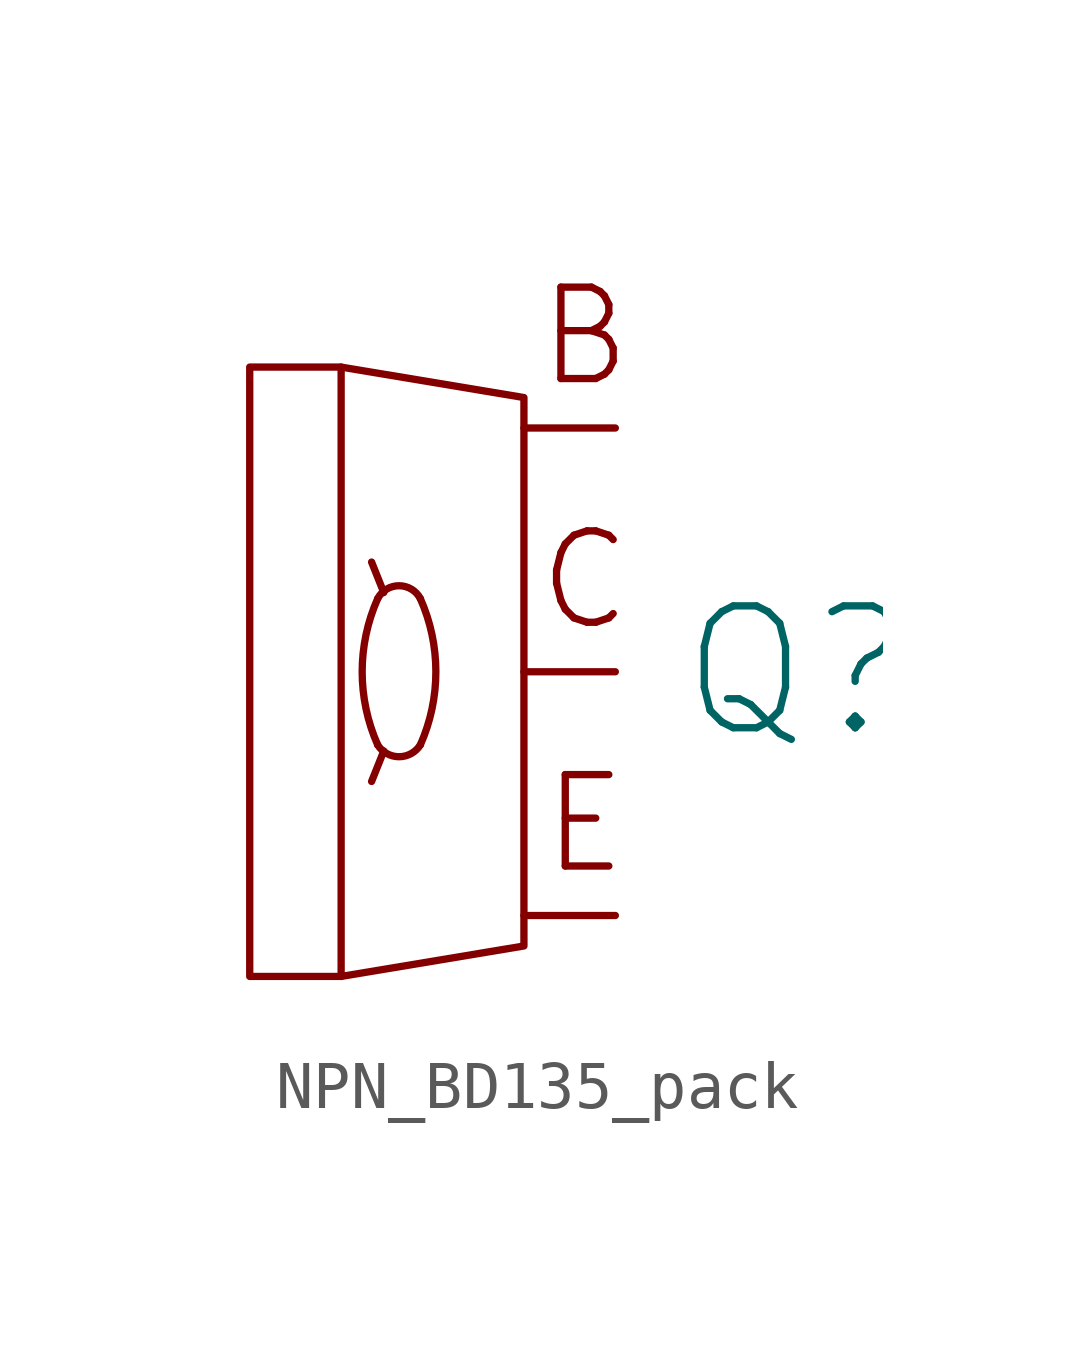
<source format=kicad_sym>
(kicad_symbol_lib
  (version 20220914)
  (generator kicad_symbol_editor)
  (symbol "NPN_BD135_pack"
    (pin_names
      (offset 1.016))
    (property "Reference" "Q"
      (at 1.27 -5.08 0)
      (effects (font (size 2.54 2.54)) (justify left)))
    (symbol "NPN_BD135_pack_0_0"
      (arc (start -4.953 -6.604) (mid -4.515 -6.8509) (end -4.064 -6.604) (stroke (width 0) (type default)) (fill (type none)))
      (arc (start -4.953 -3.556) (mid -5.2764 -5.08) (end -4.953 -6.604) (stroke (width 0) (type default)) (fill (type none)))
      (arc (start -4.064 -6.604) (mid -3.7406 -5.08) (end -4.064 -3.556) (stroke (width 0) (type default)) (fill (type none)))
      (arc (start -4.064 -3.556) (mid -4.5148 -3.287) (end -4.953 -3.556) (stroke (width 0) (type default)) (fill (type none)))
      (polyline (pts (xy -4.826 -6.731) (xy -5.08 -7.366)) (stroke (width 0) (type default)) (fill (type none)))
      (polyline (pts (xy -4.826 -3.429) (xy -5.08 -2.794)) (stroke (width 0) (type default)) (fill (type none)))
      (polyline (pts (xy -5.715 1.27) (xy -1.905 0.635) (xy -1.905 -10.795) (xy -5.715 -11.43)) (stroke (width 0) (type default)) (fill (type none)))
      (text "B" (at -0.635 1.905 0) (effects (font (size 1.905 1.905))))
      (text "C" (at -0.635 -3.175 0) (effects (font (size 1.905 1.905))))
      (text "E" (at -0.635 -8.255 0) (effects (font (size 1.905 1.905)))))
    (symbol "NPN_BD135_pack_0_1"
      (rectangle (start -7.62 1.27) (end -5.715 -11.43) (stroke (width 0) (type default)) (fill (type none))))
    (symbol "NPN_BD135_pack_1_1"
      (pin input line (at 0 -10.16 180) (length 1.905) (name "" (effects (font (size 1.27 1.27)))) (number "" (effects (font (size 1.143 1.143)))))
      (pin input line (at 0 -5.08 180) (length 1.905) (name "" (effects (font (size 1.27 1.27)))) (number "" (effects (font (size 1.143 1.143)))))
      (pin input line (at 0 0 180) (length 1.905) (name "" (effects (font (size 1.27 1.27)))) (number "" (effects (font (size 1.143 1.143))))))))
</source>
